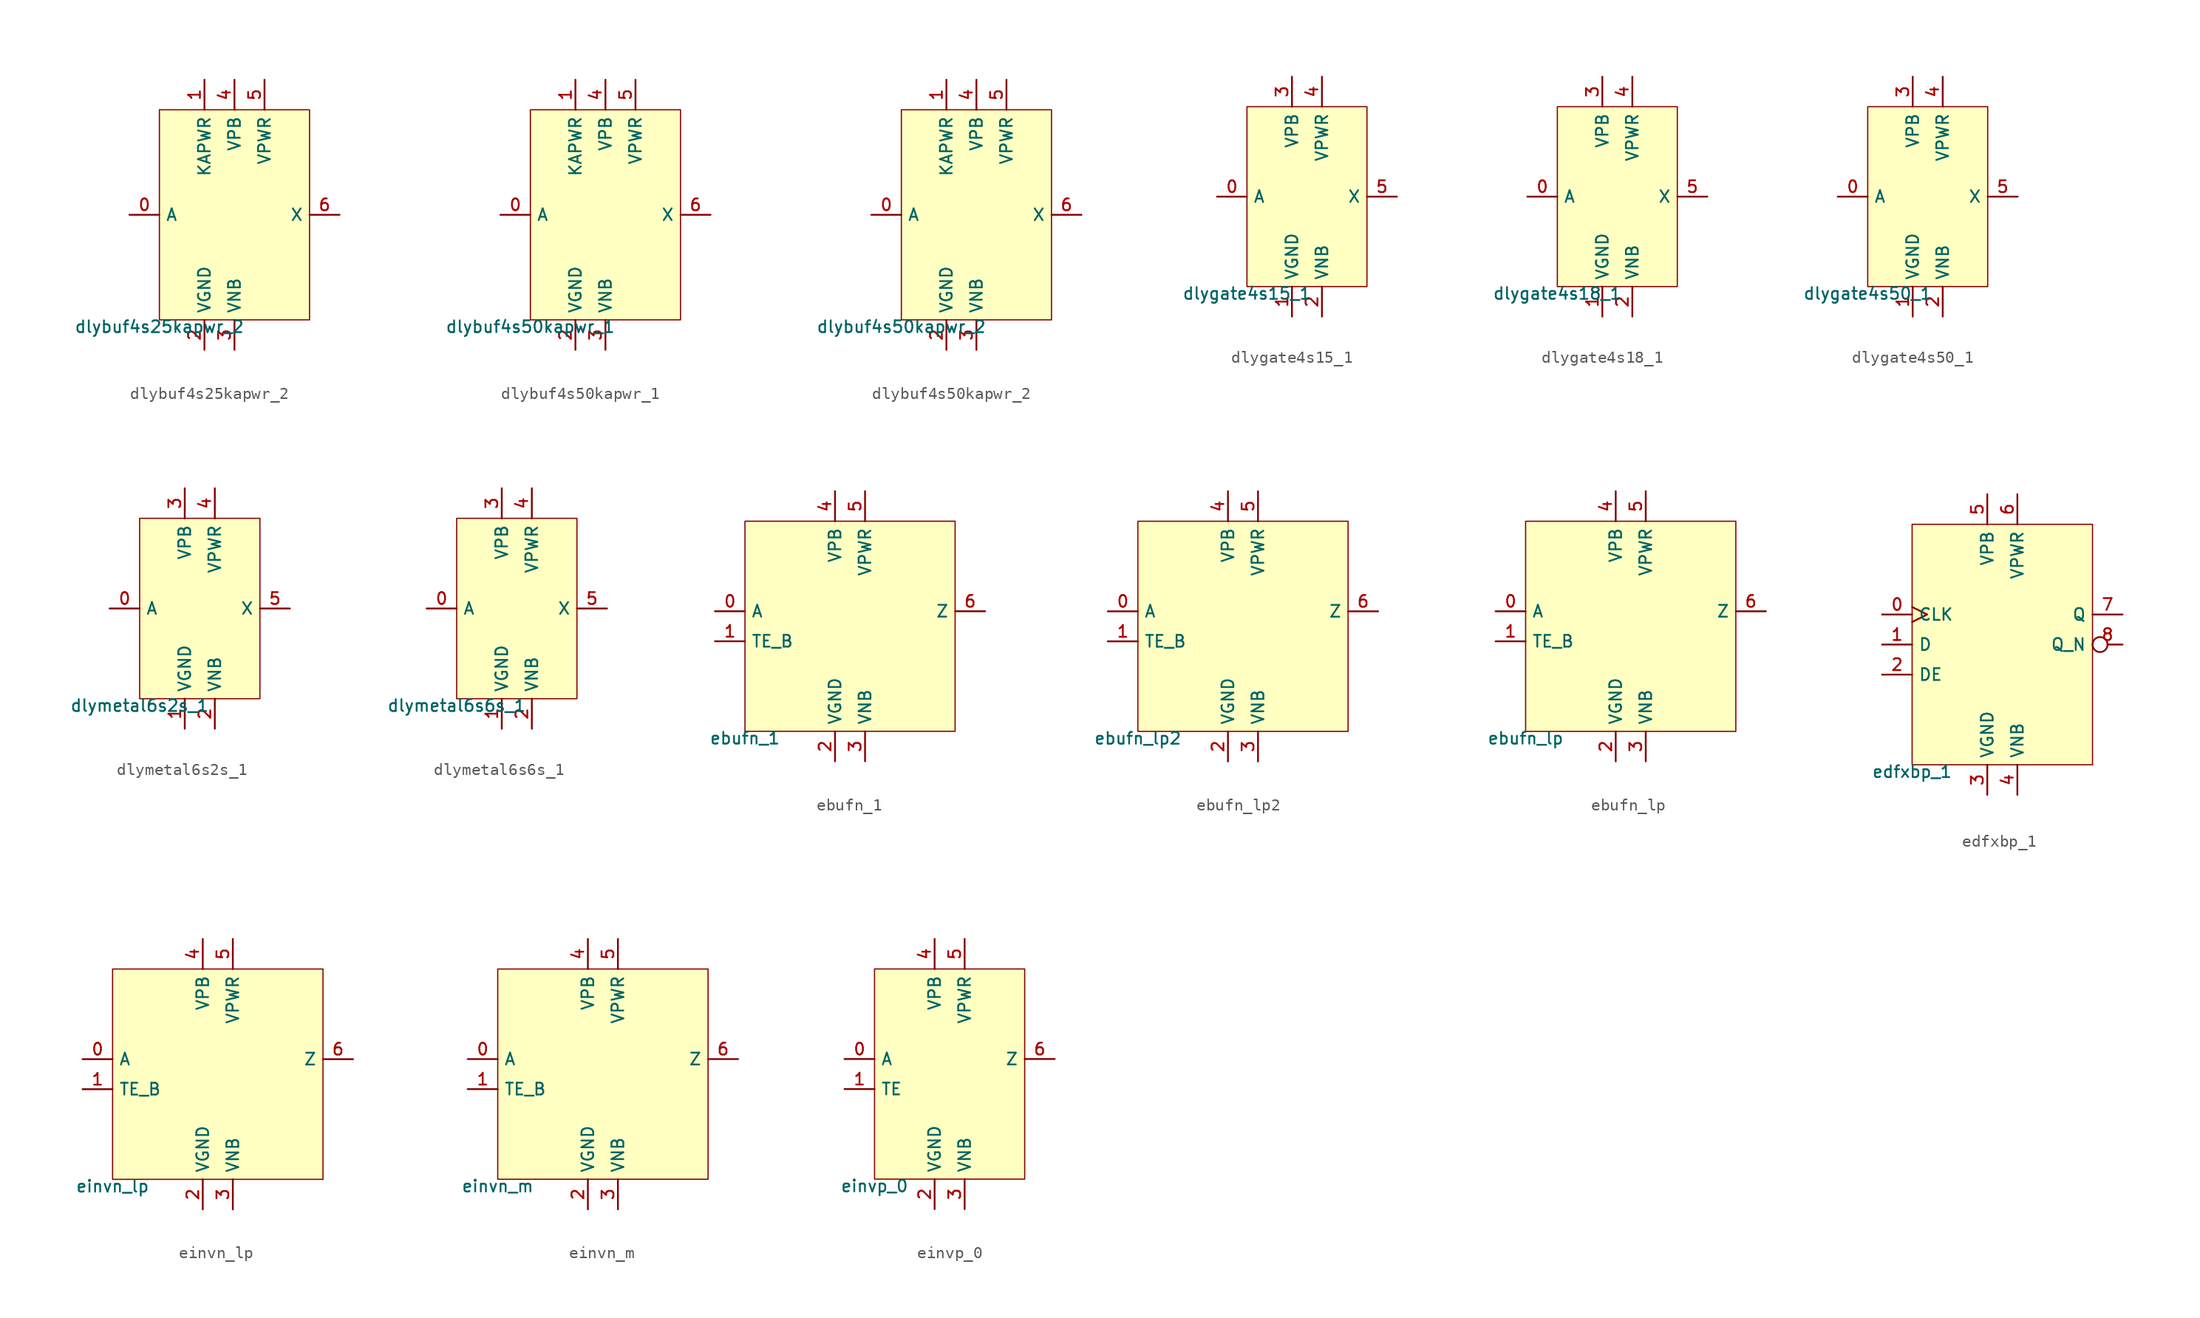
<source format=kicad_sym>
(kicad_symbol_lib
  (version 20211014)
  (generator pdk2kicad)
  (symbol "dlybuf4s25kapwr_2"
    (property "Reference" "X"
      (at 0 0 0)
      (effects (font (size 1 1)) hide))
    (property "Value" "dlybuf4s25kapwr_2"
      (at -6.35 -8.89 0)
      (effects (font (size 1 1)) (justify top)))
    (rectangle
      (start -6.35 -8.89)
      (end 6.35 8.89)
      (stroke (width 0.1) (type solid) (color 0 0 0 0))
      (fill (type background)))
    (pin input line
      (at -8.89 8.881784197001252e-16 0)
      (length 2.54)
      (name "A" (effects (font (size 1 1)) hide))
      (number "0" (effects (font (size 1 1)) hide)))
    (pin power_in line
      (at -2.54 11.43 270)
      (length 2.54)
      (name "KAPWR" (effects (font (size 1 1)) hide))
      (number "1" (effects (font (size 1 1)) hide)))
    (pin power_in line
      (at -2.54 -11.43 90)
      (length 2.54)
      (name "VGND" (effects (font (size 1 1)) hide))
      (number "2" (effects (font (size 1 1)) hide)))
    (pin power_in line
      (at 4.440892098500626e-16 -11.43 90)
      (length 2.54)
      (name "VNB" (effects (font (size 1 1)) hide))
      (number "3" (effects (font (size 1 1)) hide)))
    (pin power_in line
      (at 4.440892098500626e-16 11.43 270)
      (length 2.54)
      (name "VPB" (effects (font (size 1 1)) hide))
      (number "4" (effects (font (size 1 1)) hide)))
    (pin power_in line
      (at 2.54 11.43 270)
      (length 2.54)
      (name "VPWR" (effects (font (size 1 1)) hide))
      (number "5" (effects (font (size 1 1)) hide)))
    (pin output line
      (at 8.89 8.881784197001252e-16 180)
      (length 2.54)
      (name "X" (effects (font (size 1 1)) hide))
      (number "6" (effects (font (size 1 1)) hide))))
  (symbol "dlybuf4s50kapwr_1"
    (property "Reference" "X"
      (at 0 0 0)
      (effects (font (size 1 1)) hide))
    (property "Value" "dlybuf4s50kapwr_1"
      (at -6.35 -8.89 0)
      (effects (font (size 1 1)) (justify top)))
    (rectangle
      (start -6.35 -8.89)
      (end 6.35 8.89)
      (stroke (width 0.1) (type solid) (color 0 0 0 0))
      (fill (type background)))
    (pin input line
      (at -8.89 8.881784197001252e-16 0)
      (length 2.54)
      (name "A" (effects (font (size 1 1)) hide))
      (number "0" (effects (font (size 1 1)) hide)))
    (pin power_in line
      (at -2.54 11.43 270)
      (length 2.54)
      (name "KAPWR" (effects (font (size 1 1)) hide))
      (number "1" (effects (font (size 1 1)) hide)))
    (pin power_in line
      (at -2.54 -11.43 90)
      (length 2.54)
      (name "VGND" (effects (font (size 1 1)) hide))
      (number "2" (effects (font (size 1 1)) hide)))
    (pin power_in line
      (at 4.440892098500626e-16 -11.43 90)
      (length 2.54)
      (name "VNB" (effects (font (size 1 1)) hide))
      (number "3" (effects (font (size 1 1)) hide)))
    (pin power_in line
      (at 4.440892098500626e-16 11.43 270)
      (length 2.54)
      (name "VPB" (effects (font (size 1 1)) hide))
      (number "4" (effects (font (size 1 1)) hide)))
    (pin power_in line
      (at 2.54 11.43 270)
      (length 2.54)
      (name "VPWR" (effects (font (size 1 1)) hide))
      (number "5" (effects (font (size 1 1)) hide)))
    (pin output line
      (at 8.89 8.881784197001252e-16 180)
      (length 2.54)
      (name "X" (effects (font (size 1 1)) hide))
      (number "6" (effects (font (size 1 1)) hide))))
  (symbol "dlybuf4s50kapwr_2"
    (property "Reference" "X"
      (at 0 0 0)
      (effects (font (size 1 1)) hide))
    (property "Value" "dlybuf4s50kapwr_2"
      (at -6.35 -8.89 0)
      (effects (font (size 1 1)) (justify top)))
    (rectangle
      (start -6.35 -8.89)
      (end 6.35 8.89)
      (stroke (width 0.1) (type solid) (color 0 0 0 0))
      (fill (type background)))
    (pin input line
      (at -8.89 8.881784197001252e-16 0)
      (length 2.54)
      (name "A" (effects (font (size 1 1)) hide))
      (number "0" (effects (font (size 1 1)) hide)))
    (pin power_in line
      (at -2.54 11.43 270)
      (length 2.54)
      (name "KAPWR" (effects (font (size 1 1)) hide))
      (number "1" (effects (font (size 1 1)) hide)))
    (pin power_in line
      (at -2.54 -11.43 90)
      (length 2.54)
      (name "VGND" (effects (font (size 1 1)) hide))
      (number "2" (effects (font (size 1 1)) hide)))
    (pin power_in line
      (at 4.440892098500626e-16 -11.43 90)
      (length 2.54)
      (name "VNB" (effects (font (size 1 1)) hide))
      (number "3" (effects (font (size 1 1)) hide)))
    (pin power_in line
      (at 4.440892098500626e-16 11.43 270)
      (length 2.54)
      (name "VPB" (effects (font (size 1 1)) hide))
      (number "4" (effects (font (size 1 1)) hide)))
    (pin power_in line
      (at 2.54 11.43 270)
      (length 2.54)
      (name "VPWR" (effects (font (size 1 1)) hide))
      (number "5" (effects (font (size 1 1)) hide)))
    (pin output line
      (at 8.89 8.881784197001252e-16 180)
      (length 2.54)
      (name "X" (effects (font (size 1 1)) hide))
      (number "6" (effects (font (size 1 1)) hide))))
  (symbol "dlygate4s15_1"
    (property "Reference" "X"
      (at 0 0 0)
      (effects (font (size 1 1)) hide))
    (property "Value" "dlygate4s15_1"
      (at -5.08 -7.62 0)
      (effects (font (size 1 1)) (justify top)))
    (rectangle
      (start -5.08 -7.62)
      (end 5.08 7.62)
      (stroke (width 0.1) (type solid) (color 0 0 0 0))
      (fill (type background)))
    (pin input line
      (at -7.62 0.0 0)
      (length 2.54)
      (name "A" (effects (font (size 1 1)) hide))
      (number "0" (effects (font (size 1 1)) hide)))
    (pin power_in line
      (at -1.27 -10.16 90)
      (length 2.54)
      (name "VGND" (effects (font (size 1 1)) hide))
      (number "1" (effects (font (size 1 1)) hide)))
    (pin power_in line
      (at 1.27 -10.16 90)
      (length 2.54)
      (name "VNB" (effects (font (size 1 1)) hide))
      (number "2" (effects (font (size 1 1)) hide)))
    (pin power_in line
      (at -1.27 10.16 270)
      (length 2.54)
      (name "VPB" (effects (font (size 1 1)) hide))
      (number "3" (effects (font (size 1 1)) hide)))
    (pin power_in line
      (at 1.27 10.16 270)
      (length 2.54)
      (name "VPWR" (effects (font (size 1 1)) hide))
      (number "4" (effects (font (size 1 1)) hide)))
    (pin output line
      (at 7.62 0.0 180)
      (length 2.54)
      (name "X" (effects (font (size 1 1)) hide))
      (number "5" (effects (font (size 1 1)) hide))))
  (symbol "dlygate4s18_1"
    (property "Reference" "X"
      (at 0 0 0)
      (effects (font (size 1 1)) hide))
    (property "Value" "dlygate4s18_1"
      (at -5.08 -7.62 0)
      (effects (font (size 1 1)) (justify top)))
    (rectangle
      (start -5.08 -7.62)
      (end 5.08 7.62)
      (stroke (width 0.1) (type solid) (color 0 0 0 0))
      (fill (type background)))
    (pin input line
      (at -7.62 0.0 0)
      (length 2.54)
      (name "A" (effects (font (size 1 1)) hide))
      (number "0" (effects (font (size 1 1)) hide)))
    (pin power_in line
      (at -1.27 -10.16 90)
      (length 2.54)
      (name "VGND" (effects (font (size 1 1)) hide))
      (number "1" (effects (font (size 1 1)) hide)))
    (pin power_in line
      (at 1.27 -10.16 90)
      (length 2.54)
      (name "VNB" (effects (font (size 1 1)) hide))
      (number "2" (effects (font (size 1 1)) hide)))
    (pin power_in line
      (at -1.27 10.16 270)
      (length 2.54)
      (name "VPB" (effects (font (size 1 1)) hide))
      (number "3" (effects (font (size 1 1)) hide)))
    (pin power_in line
      (at 1.27 10.16 270)
      (length 2.54)
      (name "VPWR" (effects (font (size 1 1)) hide))
      (number "4" (effects (font (size 1 1)) hide)))
    (pin output line
      (at 7.62 0.0 180)
      (length 2.54)
      (name "X" (effects (font (size 1 1)) hide))
      (number "5" (effects (font (size 1 1)) hide))))
  (symbol "dlygate4s50_1"
    (property "Reference" "X"
      (at 0 0 0)
      (effects (font (size 1 1)) hide))
    (property "Value" "dlygate4s50_1"
      (at -5.08 -7.62 0)
      (effects (font (size 1 1)) (justify top)))
    (rectangle
      (start -5.08 -7.62)
      (end 5.08 7.62)
      (stroke (width 0.1) (type solid) (color 0 0 0 0))
      (fill (type background)))
    (pin input line
      (at -7.62 0.0 0)
      (length 2.54)
      (name "A" (effects (font (size 1 1)) hide))
      (number "0" (effects (font (size 1 1)) hide)))
    (pin power_in line
      (at -1.27 -10.16 90)
      (length 2.54)
      (name "VGND" (effects (font (size 1 1)) hide))
      (number "1" (effects (font (size 1 1)) hide)))
    (pin power_in line
      (at 1.27 -10.16 90)
      (length 2.54)
      (name "VNB" (effects (font (size 1 1)) hide))
      (number "2" (effects (font (size 1 1)) hide)))
    (pin power_in line
      (at -1.27 10.16 270)
      (length 2.54)
      (name "VPB" (effects (font (size 1 1)) hide))
      (number "3" (effects (font (size 1 1)) hide)))
    (pin power_in line
      (at 1.27 10.16 270)
      (length 2.54)
      (name "VPWR" (effects (font (size 1 1)) hide))
      (number "4" (effects (font (size 1 1)) hide)))
    (pin output line
      (at 7.62 0.0 180)
      (length 2.54)
      (name "X" (effects (font (size 1 1)) hide))
      (number "5" (effects (font (size 1 1)) hide))))
  (symbol "dlymetal6s2s_1"
    (property "Reference" "X"
      (at 0 0 0)
      (effects (font (size 1 1)) hide))
    (property "Value" "dlymetal6s2s_1"
      (at -5.08 -7.62 0)
      (effects (font (size 1 1)) (justify top)))
    (rectangle
      (start -5.08 -7.62)
      (end 5.08 7.62)
      (stroke (width 0.1) (type solid) (color 0 0 0 0))
      (fill (type background)))
    (pin input line
      (at -7.62 0.0 0)
      (length 2.54)
      (name "A" (effects (font (size 1 1)) hide))
      (number "0" (effects (font (size 1 1)) hide)))
    (pin power_in line
      (at -1.27 -10.16 90)
      (length 2.54)
      (name "VGND" (effects (font (size 1 1)) hide))
      (number "1" (effects (font (size 1 1)) hide)))
    (pin power_in line
      (at 1.27 -10.16 90)
      (length 2.54)
      (name "VNB" (effects (font (size 1 1)) hide))
      (number "2" (effects (font (size 1 1)) hide)))
    (pin power_in line
      (at -1.27 10.16 270)
      (length 2.54)
      (name "VPB" (effects (font (size 1 1)) hide))
      (number "3" (effects (font (size 1 1)) hide)))
    (pin power_in line
      (at 1.27 10.16 270)
      (length 2.54)
      (name "VPWR" (effects (font (size 1 1)) hide))
      (number "4" (effects (font (size 1 1)) hide)))
    (pin output line
      (at 7.62 0.0 180)
      (length 2.54)
      (name "X" (effects (font (size 1 1)) hide))
      (number "5" (effects (font (size 1 1)) hide))))
  (symbol "dlymetal6s6s_1"
    (property "Reference" "X"
      (at 0 0 0)
      (effects (font (size 1 1)) hide))
    (property "Value" "dlymetal6s6s_1"
      (at -5.08 -7.62 0)
      (effects (font (size 1 1)) (justify top)))
    (rectangle
      (start -5.08 -7.62)
      (end 5.08 7.62)
      (stroke (width 0.1) (type solid) (color 0 0 0 0))
      (fill (type background)))
    (pin input line
      (at -7.62 0.0 0)
      (length 2.54)
      (name "A" (effects (font (size 1 1)) hide))
      (number "0" (effects (font (size 1 1)) hide)))
    (pin power_in line
      (at -1.27 -10.16 90)
      (length 2.54)
      (name "VGND" (effects (font (size 1 1)) hide))
      (number "1" (effects (font (size 1 1)) hide)))
    (pin power_in line
      (at 1.27 -10.16 90)
      (length 2.54)
      (name "VNB" (effects (font (size 1 1)) hide))
      (number "2" (effects (font (size 1 1)) hide)))
    (pin power_in line
      (at -1.27 10.16 270)
      (length 2.54)
      (name "VPB" (effects (font (size 1 1)) hide))
      (number "3" (effects (font (size 1 1)) hide)))
    (pin power_in line
      (at 1.27 10.16 270)
      (length 2.54)
      (name "VPWR" (effects (font (size 1 1)) hide))
      (number "4" (effects (font (size 1 1)) hide)))
    (pin output line
      (at 7.62 0.0 180)
      (length 2.54)
      (name "X" (effects (font (size 1 1)) hide))
      (number "5" (effects (font (size 1 1)) hide))))
  (symbol "ebufn_1"
    (property "Reference" "X"
      (at 0 0 0)
      (effects (font (size 1 1)) hide))
    (property "Value" "ebufn_1"
      (at -8.89 -8.89 0)
      (effects (font (size 1 1)) (justify top)))
    (rectangle
      (start -8.89 -8.89)
      (end 8.89 8.89)
      (stroke (width 0.1) (type solid) (color 0 0 0 0))
      (fill (type background)))
    (pin input line
      (at -11.43 1.27 0)
      (length 2.54)
      (name "A" (effects (font (size 1 1)) hide))
      (number "0" (effects (font (size 1 1)) hide)))
    (pin input line
      (at -11.43 -1.27 0)
      (length 2.54)
      (name "TE_B" (effects (font (size 1 1)) hide))
      (number "1" (effects (font (size 1 1)) hide)))
    (pin power_in line
      (at -1.27 -11.43 90)
      (length 2.54)
      (name "VGND" (effects (font (size 1 1)) hide))
      (number "2" (effects (font (size 1 1)) hide)))
    (pin power_in line
      (at 1.27 -11.43 90)
      (length 2.54)
      (name "VNB" (effects (font (size 1 1)) hide))
      (number "3" (effects (font (size 1 1)) hide)))
    (pin power_in line
      (at -1.27 11.43 270)
      (length 2.54)
      (name "VPB" (effects (font (size 1 1)) hide))
      (number "4" (effects (font (size 1 1)) hide)))
    (pin power_in line
      (at 1.27 11.43 270)
      (length 2.54)
      (name "VPWR" (effects (font (size 1 1)) hide))
      (number "5" (effects (font (size 1 1)) hide)))
    (pin output line
      (at 11.43 1.27 180)
      (length 2.54)
      (name "Z" (effects (font (size 1 1)) hide))
      (number "6" (effects (font (size 1 1)) hide))))
  (symbol "ebufn_lp2"
    (property "Reference" "X"
      (at 0 0 0)
      (effects (font (size 1 1)) hide))
    (property "Value" "ebufn_lp2"
      (at -8.89 -8.89 0)
      (effects (font (size 1 1)) (justify top)))
    (rectangle
      (start -8.89 -8.89)
      (end 8.89 8.89)
      (stroke (width 0.1) (type solid) (color 0 0 0 0))
      (fill (type background)))
    (pin input line
      (at -11.43 1.27 0)
      (length 2.54)
      (name "A" (effects (font (size 1 1)) hide))
      (number "0" (effects (font (size 1 1)) hide)))
    (pin input line
      (at -11.43 -1.27 0)
      (length 2.54)
      (name "TE_B" (effects (font (size 1 1)) hide))
      (number "1" (effects (font (size 1 1)) hide)))
    (pin power_in line
      (at -1.27 -11.43 90)
      (length 2.54)
      (name "VGND" (effects (font (size 1 1)) hide))
      (number "2" (effects (font (size 1 1)) hide)))
    (pin power_in line
      (at 1.27 -11.43 90)
      (length 2.54)
      (name "VNB" (effects (font (size 1 1)) hide))
      (number "3" (effects (font (size 1 1)) hide)))
    (pin power_in line
      (at -1.27 11.43 270)
      (length 2.54)
      (name "VPB" (effects (font (size 1 1)) hide))
      (number "4" (effects (font (size 1 1)) hide)))
    (pin power_in line
      (at 1.27 11.43 270)
      (length 2.54)
      (name "VPWR" (effects (font (size 1 1)) hide))
      (number "5" (effects (font (size 1 1)) hide)))
    (pin output line
      (at 11.43 1.27 180)
      (length 2.54)
      (name "Z" (effects (font (size 1 1)) hide))
      (number "6" (effects (font (size 1 1)) hide))))
  (symbol "ebufn_lp"
    (property "Reference" "X"
      (at 0 0 0)
      (effects (font (size 1 1)) hide))
    (property "Value" "ebufn_lp"
      (at -8.89 -8.89 0)
      (effects (font (size 1 1)) (justify top)))
    (rectangle
      (start -8.89 -8.89)
      (end 8.89 8.89)
      (stroke (width 0.1) (type solid) (color 0 0 0 0))
      (fill (type background)))
    (pin input line
      (at -11.43 1.27 0)
      (length 2.54)
      (name "A" (effects (font (size 1 1)) hide))
      (number "0" (effects (font (size 1 1)) hide)))
    (pin input line
      (at -11.43 -1.27 0)
      (length 2.54)
      (name "TE_B" (effects (font (size 1 1)) hide))
      (number "1" (effects (font (size 1 1)) hide)))
    (pin power_in line
      (at -1.27 -11.43 90)
      (length 2.54)
      (name "VGND" (effects (font (size 1 1)) hide))
      (number "2" (effects (font (size 1 1)) hide)))
    (pin power_in line
      (at 1.27 -11.43 90)
      (length 2.54)
      (name "VNB" (effects (font (size 1 1)) hide))
      (number "3" (effects (font (size 1 1)) hide)))
    (pin power_in line
      (at -1.27 11.43 270)
      (length 2.54)
      (name "VPB" (effects (font (size 1 1)) hide))
      (number "4" (effects (font (size 1 1)) hide)))
    (pin power_in line
      (at 1.27 11.43 270)
      (length 2.54)
      (name "VPWR" (effects (font (size 1 1)) hide))
      (number "5" (effects (font (size 1 1)) hide)))
    (pin output line
      (at 11.43 1.27 180)
      (length 2.54)
      (name "Z" (effects (font (size 1 1)) hide))
      (number "6" (effects (font (size 1 1)) hide))))
  (symbol "edfxbp_1"
    (property "Reference" "X"
      (at 0 0 0)
      (effects (font (size 1 1)) hide))
    (property "Value" "edfxbp_1"
      (at -7.62 -10.16 0)
      (effects (font (size 1 1)) (justify top)))
    (rectangle
      (start -7.62 -10.16)
      (end 7.62 10.16)
      (stroke (width 0.1) (type solid) (color 0 0 0 0))
      (fill (type background)))
    (pin input clock
      (at -10.16 2.54 0)
      (length 2.54)
      (name "CLK" (effects (font (size 1 1)) hide))
      (number "0" (effects (font (size 1 1)) hide)))
    (pin input line
      (at -10.16 0.0 0)
      (length 2.54)
      (name "D" (effects (font (size 1 1)) hide))
      (number "1" (effects (font (size 1 1)) hide)))
    (pin input line
      (at -10.16 -2.54 0)
      (length 2.54)
      (name "DE" (effects (font (size 1 1)) hide))
      (number "2" (effects (font (size 1 1)) hide)))
    (pin power_in line
      (at -1.27 -12.7 90)
      (length 2.54)
      (name "VGND" (effects (font (size 1 1)) hide))
      (number "3" (effects (font (size 1 1)) hide)))
    (pin power_in line
      (at 1.27 -12.7 90)
      (length 2.54)
      (name "VNB" (effects (font (size 1 1)) hide))
      (number "4" (effects (font (size 1 1)) hide)))
    (pin power_in line
      (at -1.27 12.7 270)
      (length 2.54)
      (name "VPB" (effects (font (size 1 1)) hide))
      (number "5" (effects (font (size 1 1)) hide)))
    (pin power_in line
      (at 1.27 12.7 270)
      (length 2.54)
      (name "VPWR" (effects (font (size 1 1)) hide))
      (number "6" (effects (font (size 1 1)) hide)))
    (pin output line
      (at 10.16 2.54 180)
      (length 2.54)
      (name "Q" (effects (font (size 1 1)) hide))
      (number "7" (effects (font (size 1 1)) hide)))
    (pin output inverted
      (at 10.16 0.0 180)
      (length 2.54)
      (name "Q_N" (effects (font (size 1 1)) hide))
      (number "8" (effects (font (size 1 1)) hide))))
  (symbol "einvn_lp"
    (property "Reference" "X"
      (at 0 0 0)
      (effects (font (size 1 1)) hide))
    (property "Value" "einvn_lp"
      (at -8.89 -8.89 0)
      (effects (font (size 1 1)) (justify top)))
    (rectangle
      (start -8.89 -8.89)
      (end 8.89 8.89)
      (stroke (width 0.1) (type solid) (color 0 0 0 0))
      (fill (type background)))
    (pin input line
      (at -11.43 1.27 0)
      (length 2.54)
      (name "A" (effects (font (size 1 1)) hide))
      (number "0" (effects (font (size 1 1)) hide)))
    (pin input line
      (at -11.43 -1.27 0)
      (length 2.54)
      (name "TE_B" (effects (font (size 1 1)) hide))
      (number "1" (effects (font (size 1 1)) hide)))
    (pin power_in line
      (at -1.27 -11.43 90)
      (length 2.54)
      (name "VGND" (effects (font (size 1 1)) hide))
      (number "2" (effects (font (size 1 1)) hide)))
    (pin power_in line
      (at 1.27 -11.43 90)
      (length 2.54)
      (name "VNB" (effects (font (size 1 1)) hide))
      (number "3" (effects (font (size 1 1)) hide)))
    (pin power_in line
      (at -1.27 11.43 270)
      (length 2.54)
      (name "VPB" (effects (font (size 1 1)) hide))
      (number "4" (effects (font (size 1 1)) hide)))
    (pin power_in line
      (at 1.27 11.43 270)
      (length 2.54)
      (name "VPWR" (effects (font (size 1 1)) hide))
      (number "5" (effects (font (size 1 1)) hide)))
    (pin output line
      (at 11.43 1.27 180)
      (length 2.54)
      (name "Z" (effects (font (size 1 1)) hide))
      (number "6" (effects (font (size 1 1)) hide))))
  (symbol "einvn_m"
    (property "Reference" "X"
      (at 0 0 0)
      (effects (font (size 1 1)) hide))
    (property "Value" "einvn_m"
      (at -8.89 -8.89 0)
      (effects (font (size 1 1)) (justify top)))
    (rectangle
      (start -8.89 -8.89)
      (end 8.89 8.89)
      (stroke (width 0.1) (type solid) (color 0 0 0 0))
      (fill (type background)))
    (pin input line
      (at -11.43 1.27 0)
      (length 2.54)
      (name "A" (effects (font (size 1 1)) hide))
      (number "0" (effects (font (size 1 1)) hide)))
    (pin input line
      (at -11.43 -1.27 0)
      (length 2.54)
      (name "TE_B" (effects (font (size 1 1)) hide))
      (number "1" (effects (font (size 1 1)) hide)))
    (pin power_in line
      (at -1.27 -11.43 90)
      (length 2.54)
      (name "VGND" (effects (font (size 1 1)) hide))
      (number "2" (effects (font (size 1 1)) hide)))
    (pin power_in line
      (at 1.27 -11.43 90)
      (length 2.54)
      (name "VNB" (effects (font (size 1 1)) hide))
      (number "3" (effects (font (size 1 1)) hide)))
    (pin power_in line
      (at -1.27 11.43 270)
      (length 2.54)
      (name "VPB" (effects (font (size 1 1)) hide))
      (number "4" (effects (font (size 1 1)) hide)))
    (pin power_in line
      (at 1.27 11.43 270)
      (length 2.54)
      (name "VPWR" (effects (font (size 1 1)) hide))
      (number "5" (effects (font (size 1 1)) hide)))
    (pin output line
      (at 11.43 1.27 180)
      (length 2.54)
      (name "Z" (effects (font (size 1 1)) hide))
      (number "6" (effects (font (size 1 1)) hide))))
  (symbol "einvp_0"
    (property "Reference" "X"
      (at 0 0 0)
      (effects (font (size 1 1)) hide))
    (property "Value" "einvp_0"
      (at -6.35 -8.89 0)
      (effects (font (size 1 1)) (justify top)))
    (rectangle
      (start -6.35 -8.89)
      (end 6.35 8.89)
      (stroke (width 0.1) (type solid) (color 0 0 0 0))
      (fill (type background)))
    (pin input line
      (at -8.89 1.27 0)
      (length 2.54)
      (name "A" (effects (font (size 1 1)) hide))
      (number "0" (effects (font (size 1 1)) hide)))
    (pin input line
      (at -8.89 -1.27 0)
      (length 2.54)
      (name "TE" (effects (font (size 1 1)) hide))
      (number "1" (effects (font (size 1 1)) hide)))
    (pin power_in line
      (at -1.27 -11.43 90)
      (length 2.54)
      (name "VGND" (effects (font (size 1 1)) hide))
      (number "2" (effects (font (size 1 1)) hide)))
    (pin power_in line
      (at 1.27 -11.43 90)
      (length 2.54)
      (name "VNB" (effects (font (size 1 1)) hide))
      (number "3" (effects (font (size 1 1)) hide)))
    (pin power_in line
      (at -1.27 11.43 270)
      (length 2.54)
      (name "VPB" (effects (font (size 1 1)) hide))
      (number "4" (effects (font (size 1 1)) hide)))
    (pin power_in line
      (at 1.27 11.43 270)
      (length 2.54)
      (name "VPWR" (effects (font (size 1 1)) hide))
      (number "5" (effects (font (size 1 1)) hide)))
    (pin output line
      (at 8.89 1.27 180)
      (length 2.54)
      (name "Z" (effects (font (size 1 1)) hide))
      (number "6" (effects (font (size 1 1)) hide)))))
</source>
